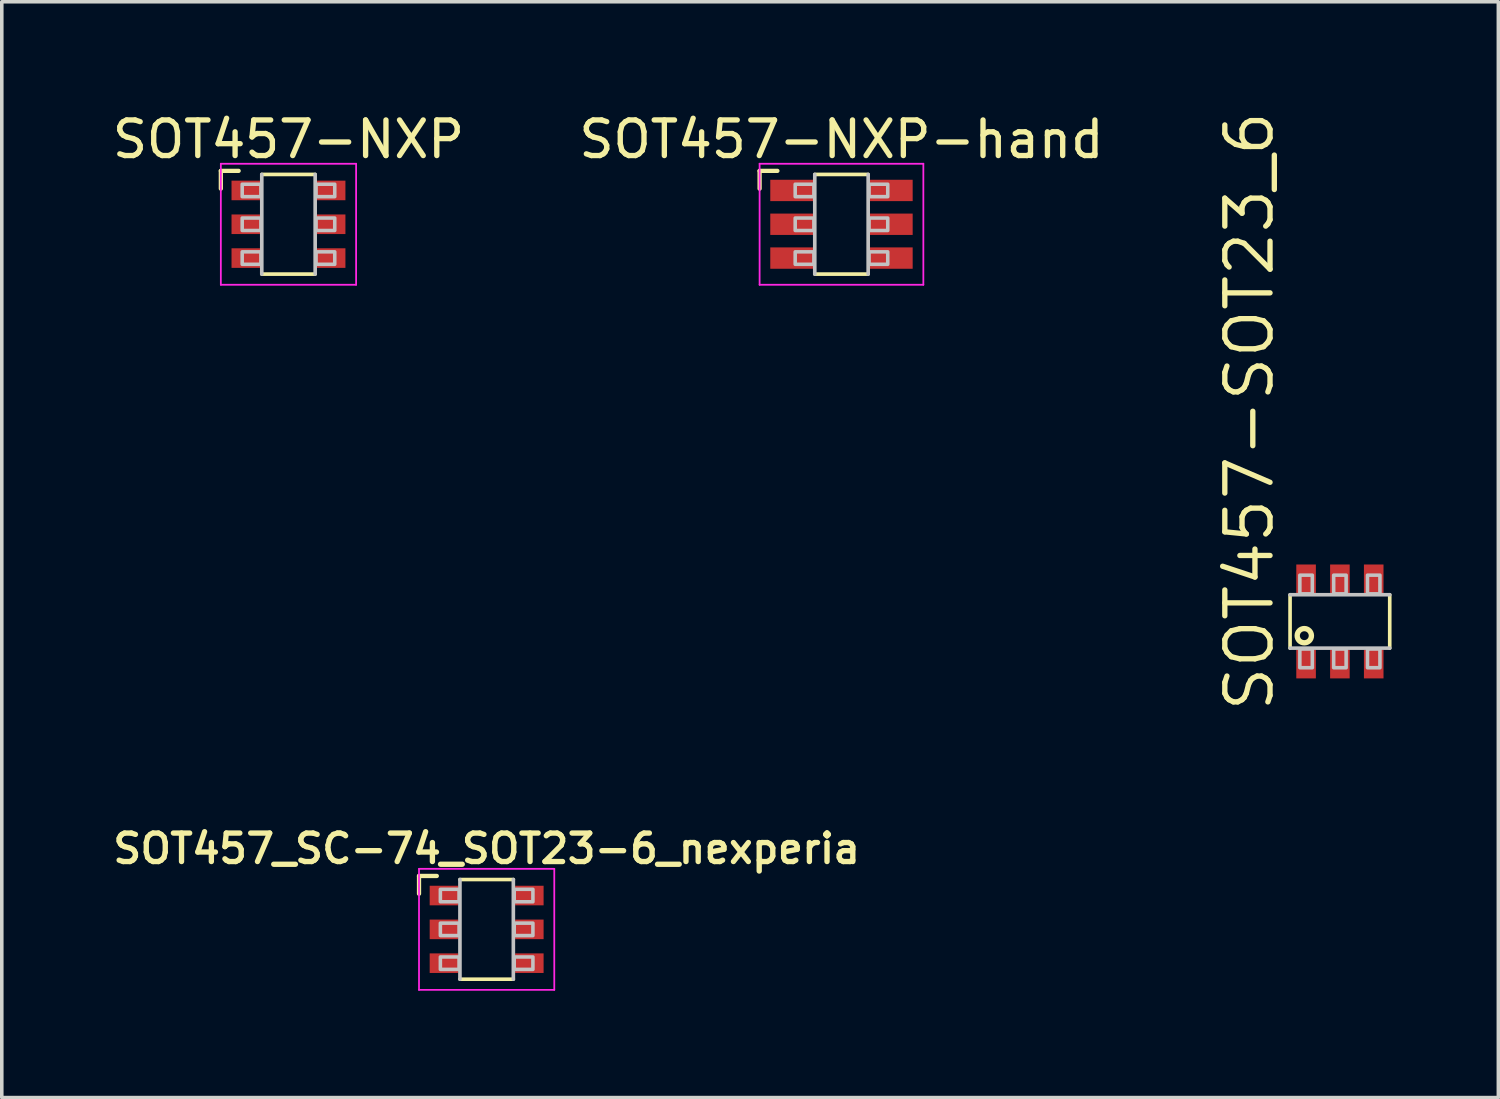
<source format=kicad_pcb>
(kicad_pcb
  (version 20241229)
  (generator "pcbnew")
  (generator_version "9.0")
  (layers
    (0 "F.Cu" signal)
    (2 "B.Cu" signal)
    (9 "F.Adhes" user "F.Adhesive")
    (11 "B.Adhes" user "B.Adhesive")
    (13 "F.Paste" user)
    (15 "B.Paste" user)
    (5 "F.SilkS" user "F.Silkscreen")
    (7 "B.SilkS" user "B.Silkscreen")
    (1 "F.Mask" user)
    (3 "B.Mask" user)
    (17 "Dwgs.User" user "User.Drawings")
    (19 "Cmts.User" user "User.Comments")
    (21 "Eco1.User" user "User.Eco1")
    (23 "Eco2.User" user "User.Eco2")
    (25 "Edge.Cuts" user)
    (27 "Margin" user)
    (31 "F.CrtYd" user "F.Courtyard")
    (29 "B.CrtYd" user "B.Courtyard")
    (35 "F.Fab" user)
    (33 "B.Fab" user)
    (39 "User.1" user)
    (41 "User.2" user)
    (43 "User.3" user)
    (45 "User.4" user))
  (footprint "SOT457-NXP-hand"
    (layer "F.Cu")
    (at 20.589 3.25)
    (property "Reference" "SOT457-NXP-hand" (at 0 -1.8 0) (layer "F.SilkS") (effects (font (size 1 1) (thickness 0.15)) (justify bottom)))
    (attr smd)
    (fp_line (start -2.3 -1.5) (end -2.3 -1) (stroke (width 0.12) (type solid)) (layer "F.SilkS"))
    (fp_line (start -2.3 -1.5) (end -1.8 -1.5) (stroke (width 0.12) (type solid)) (layer "F.SilkS"))
    (fp_line (start -0.75 -1.4) (end 0.75 -1.4) (stroke (width 0.102) (type solid)) (layer "F.SilkS"))
    (fp_line (start 0.75 1.4) (end -0.75 1.4) (stroke (width 0.102) (type solid)) (layer "F.SilkS"))
    (fp_line (start -0.75 1.4) (end -0.75 -1.4) (stroke (width 0.102) (type solid)) (layer "Dwgs.User"))
    (fp_line (start 0.75 -1.4) (end 0.75 1.4) (stroke (width 0.102) (type solid)) (layer "Dwgs.User"))
    (fp_poly (pts (xy -1.3 -1.125) (xy -1.3 -0.775) (xy -0.775 -0.775) (xy -0.775 -1.125)) (stroke (width 0.1) (type solid)) (fill no) (layer "Dwgs.User"))
    (fp_poly (pts (xy -1.3 -0.175) (xy -1.3 0.175) (xy -0.775 0.175) (xy -0.775 -0.175)) (stroke (width 0.1) (type solid)) (fill no) (layer "Dwgs.User"))
    (fp_poly (pts (xy -1.3 0.775) (xy -1.3 1.125) (xy -0.775 1.125) (xy -0.775 0.775)) (stroke (width 0.1) (type solid)) (fill no) (layer "Dwgs.User"))
    (fp_poly (pts (xy 0.775 -1.125) (xy 0.775 -0.775) (xy 1.3 -0.775) (xy 1.3 -1.125)) (stroke (width 0.1) (type solid)) (fill no) (layer "Dwgs.User"))
    (fp_poly (pts (xy 0.775 -0.175) (xy 0.775 0.175) (xy 1.3 0.175) (xy 1.3 -0.175)) (stroke (width 0.1) (type solid)) (fill no) (layer "Dwgs.User"))
    (fp_poly (pts (xy 0.775 0.775) (xy 0.775 1.125) (xy 1.3 1.125) (xy 1.3 0.775)) (stroke (width 0.1) (type solid)) (fill no) (layer "Dwgs.User"))
    (fp_line (start -2.3 -1.7) (end -2.3 1.7) (stroke (width 0.05) (type solid)) (layer "F.CrtYd"))
    (fp_line (start -2.3 1.7) (end 2.3 1.7) (stroke (width 0.05) (type solid)) (layer "F.CrtYd"))
    (fp_line (start 2.3 -1.7) (end -2.3 -1.7) (stroke (width 0.05) (type solid)) (layer "F.CrtYd"))
    (fp_line (start 2.3 1.7) (end 2.3 -1.7) (stroke (width 0.05) (type solid)) (layer "F.CrtYd"))
    (pad "1" smd rect (at -1.4 -0.95 270) (size 0.6 1.2) (layers "F.Cu" "F.Mask" "F.Paste"))
    (pad "2" smd rect (at -1.4 0 270) (size 0.6 1.2) (layers "F.Cu" "F.Mask" "F.Paste"))
    (pad "3" smd rect (at -1.4 0.95 270) (size 0.6 1.2) (layers "F.Cu" "F.Mask" "F.Paste"))
    (pad "4" smd rect (at 1.4 0.95 270) (size 0.6 1.2) (layers "F.Cu" "F.Mask" "F.Paste"))
    (pad "5" smd rect (at 1.4 0 270) (size 0.6 1.2) (layers "F.Cu" "F.Mask" "F.Paste"))
    (pad "6" smd rect (at 1.4 -0.95 270) (size 0.6 1.2) (layers "F.Cu" "F.Mask" "F.Paste")))
  (footprint "SOT457-SOT23_6"
    (layer "F.Cu")
    (at 34.591 14.408)
    (property "Reference" "SOT457-SOT23_6" (at -1.8 2.6 270) (layer "F.SilkS") (effects (font (size 1.27 1.27) (thickness 0.15)) (justify left bottom)))
    (attr through_hole)
    (fp_line (start -1.4 0.75) (end -1.4 -0.75) (stroke (width 0.102) (type solid)) (layer "F.SilkS"))
    (fp_line (start 1.4 -0.75) (end 1.4 0.75) (stroke (width 0.102) (type solid)) (layer "F.SilkS"))
    (fp_circle (center -1 0.4) (end -0.8 0.4) (stroke (width 0.15) (type solid)) (fill no) (layer "F.SilkS"))
    (fp_line (start -1.4 -0.75) (end 1.4 -0.75) (stroke (width 0.102) (type solid)) (layer "Dwgs.User"))
    (fp_line (start 1.4 0.75) (end -1.4 0.75) (stroke (width 0.102) (type solid)) (layer "Dwgs.User"))
    (fp_poly (pts (xy -1.125 -0.775) (xy -0.775 -0.775) (xy -0.775 -1.3) (xy -1.125 -1.3)) (stroke (width 0.1) (type solid)) (fill no) (layer "Dwgs.User"))
    (fp_poly (pts (xy -1.125 1.3) (xy -0.775 1.3) (xy -0.775 0.775) (xy -1.125 0.775)) (stroke (width 0.1) (type solid)) (fill no) (layer "Dwgs.User"))
    (fp_poly (pts (xy -0.175 -0.775) (xy 0.175 -0.775) (xy 0.175 -1.3) (xy -0.175 -1.3)) (stroke (width 0.1) (type solid)) (fill no) (layer "Dwgs.User"))
    (fp_poly (pts (xy -0.175 1.3) (xy 0.175 1.3) (xy 0.175 0.775) (xy -0.175 0.775)) (stroke (width 0.1) (type solid)) (fill no) (layer "Dwgs.User"))
    (fp_poly (pts (xy 0.775 -0.775) (xy 1.125 -0.775) (xy 1.125 -1.3) (xy 0.775 -1.3)) (stroke (width 0.1) (type solid)) (fill no) (layer "Dwgs.User"))
    (fp_poly (pts (xy 0.775 1.3) (xy 1.125 1.3) (xy 1.125 0.775) (xy 0.775 0.775)) (stroke (width 0.1) (type solid)) (fill no) (layer "Dwgs.User"))
    (pad "1" smd rect (at -0.95 1.2) (size 0.55 0.8) (layers "F.Cu" "F.Mask" "F.Paste"))
    (pad "2" smd rect (at 0 1.2) (size 0.55 0.8) (layers "F.Cu" "F.Mask" "F.Paste"))
    (pad "3" smd rect (at 0.95 1.2) (size 0.55 0.8) (layers "F.Cu" "F.Mask" "F.Paste"))
    (pad "4" smd rect (at 0.95 -1.2) (size 0.55 0.8) (layers "F.Cu" "F.Mask" "F.Paste"))
    (pad "5" smd rect (at 0 -1.2) (size 0.55 0.8) (layers "F.Cu" "F.Mask" "F.Paste"))
    (pad "6" smd rect (at -0.95 -1.2) (size 0.55 0.8) (layers "F.Cu" "F.Mask" "F.Paste")))
  (footprint "SOT457-NXP"
    (layer "F.Cu")
    (at 5.054 3.25)
    (property "Reference" "SOT457-NXP" (at 0 -1.8 0) (layer "F.SilkS") (effects (font (size 1 1) (thickness 0.15)) (justify bottom)))
    (attr smd)
    (fp_line (start -1.9 -1.5) (end -1.9 -1) (stroke (width 0.12) (type solid)) (layer "F.SilkS"))
    (fp_line (start -1.9 -1.5) (end -1.4 -1.5) (stroke (width 0.12) (type solid)) (layer "F.SilkS"))
    (fp_line (start -0.75 -1.4) (end 0.75 -1.4) (stroke (width 0.102) (type solid)) (layer "F.SilkS"))
    (fp_line (start 0.75 1.4) (end -0.75 1.4) (stroke (width 0.102) (type solid)) (layer "F.SilkS"))
    (fp_line (start -0.75 1.4) (end -0.75 -1.4) (stroke (width 0.102) (type solid)) (layer "Dwgs.User"))
    (fp_line (start 0.75 -1.4) (end 0.75 1.4) (stroke (width 0.102) (type solid)) (layer "Dwgs.User"))
    (fp_poly (pts (xy -1.3 -1.125) (xy -1.3 -0.775) (xy -0.775 -0.775) (xy -0.775 -1.125)) (stroke (width 0.1) (type solid)) (fill no) (layer "Dwgs.User"))
    (fp_poly (pts (xy -1.3 -0.175) (xy -1.3 0.175) (xy -0.775 0.175) (xy -0.775 -0.175)) (stroke (width 0.1) (type solid)) (fill no) (layer "Dwgs.User"))
    (fp_poly (pts (xy -1.3 0.775) (xy -1.3 1.125) (xy -0.775 1.125) (xy -0.775 0.775)) (stroke (width 0.1) (type solid)) (fill no) (layer "Dwgs.User"))
    (fp_poly (pts (xy 0.775 -1.125) (xy 0.775 -0.775) (xy 1.3 -0.775) (xy 1.3 -1.125)) (stroke (width 0.1) (type solid)) (fill no) (layer "Dwgs.User"))
    (fp_poly (pts (xy 0.775 -0.175) (xy 0.775 0.175) (xy 1.3 0.175) (xy 1.3 -0.175)) (stroke (width 0.1) (type solid)) (fill no) (layer "Dwgs.User"))
    (fp_poly (pts (xy 0.775 0.775) (xy 0.775 1.125) (xy 1.3 1.125) (xy 1.3 0.775)) (stroke (width 0.1) (type solid)) (fill no) (layer "Dwgs.User"))
    (fp_line (start -1.9 -1.7) (end -1.9 1.7) (stroke (width 0.05) (type solid)) (layer "F.CrtYd"))
    (fp_line (start -1.9 1.7) (end 1.9 1.7) (stroke (width 0.05) (type solid)) (layer "F.CrtYd"))
    (fp_line (start 1.9 -1.7) (end -1.9 -1.7) (stroke (width 0.05) (type solid)) (layer "F.CrtYd"))
    (fp_line (start 1.9 1.7) (end 1.9 -1.7) (stroke (width 0.05) (type solid)) (layer "F.CrtYd"))
    (pad "1" smd rect (at -1.2 -0.95 270) (size 0.55 0.8) (layers "F.Cu" "F.Mask" "F.Paste"))
    (pad "2" smd rect (at -1.2 0 270) (size 0.55 0.8) (layers "F.Cu" "F.Mask" "F.Paste"))
    (pad "3" smd rect (at -1.2 0.95 270) (size 0.55 0.8) (layers "F.Cu" "F.Mask" "F.Paste"))
    (pad "4" smd rect (at 1.2 0.95 270) (size 0.55 0.8) (layers "F.Cu" "F.Mask" "F.Paste"))
    (pad "5" smd rect (at 1.2 0 270) (size 0.55 0.8) (layers "F.Cu" "F.Mask" "F.Paste"))
    (pad "6" smd rect (at 1.2 -0.95 270) (size 0.55 0.8) (layers "F.Cu" "F.Mask" "F.Paste")))
  (footprint "SOT457_SC-74_SOT23-6_nexperia"
    (layer "F.Cu")
    (at 10.621 23.058)
    (property "Reference" "SOT457_SC-74_SOT23-6_nexperia" (at 0 -1.8 0) (layer "F.SilkS") (effects (font (size 0.8 0.8) (thickness 0.15)) (justify bottom)))
    (attr smd)
    (fp_line (start -1.9 -1.5) (end -1.9 -1) (stroke (width 0.12) (type solid)) (layer "F.SilkS"))
    (fp_line (start -1.9 -1.5) (end -1.4 -1.5) (stroke (width 0.12) (type solid)) (layer "F.SilkS"))
    (fp_line (start -0.75 -1.4) (end 0.75 -1.4) (stroke (width 0.102) (type solid)) (layer "F.SilkS"))
    (fp_line (start 0.75 1.4) (end -0.75 1.4) (stroke (width 0.102) (type solid)) (layer "F.SilkS"))
    (fp_line (start -0.75 1.4) (end -0.75 -1.4) (stroke (width 0.102) (type solid)) (layer "Dwgs.User"))
    (fp_line (start 0.75 -1.4) (end 0.75 1.4) (stroke (width 0.102) (type solid)) (layer "Dwgs.User"))
    (fp_poly (pts (xy -1.3 -1.125) (xy -1.3 -0.775) (xy -0.775 -0.775) (xy -0.775 -1.125)) (stroke (width 0.1) (type solid)) (fill no) (layer "Dwgs.User"))
    (fp_poly (pts (xy -1.3 -0.175) (xy -1.3 0.175) (xy -0.775 0.175) (xy -0.775 -0.175)) (stroke (width 0.1) (type solid)) (fill no) (layer "Dwgs.User"))
    (fp_poly (pts (xy -1.3 0.775) (xy -1.3 1.125) (xy -0.775 1.125) (xy -0.775 0.775)) (stroke (width 0.1) (type solid)) (fill no) (layer "Dwgs.User"))
    (fp_poly (pts (xy 0.775 -1.125) (xy 0.775 -0.775) (xy 1.3 -0.775) (xy 1.3 -1.125)) (stroke (width 0.1) (type solid)) (fill no) (layer "Dwgs.User"))
    (fp_poly (pts (xy 0.775 -0.175) (xy 0.775 0.175) (xy 1.3 0.175) (xy 1.3 -0.175)) (stroke (width 0.1) (type solid)) (fill no) (layer "Dwgs.User"))
    (fp_poly (pts (xy 0.775 0.775) (xy 0.775 1.125) (xy 1.3 1.125) (xy 1.3 0.775)) (stroke (width 0.1) (type solid)) (fill no) (layer "Dwgs.User"))
    (fp_line (start -1.9 -1.7) (end -1.9 1.7) (stroke (width 0.05) (type solid)) (layer "F.CrtYd"))
    (fp_line (start -1.9 1.7) (end 1.9 1.7) (stroke (width 0.05) (type solid)) (layer "F.CrtYd"))
    (fp_line (start 1.9 -1.7) (end -1.9 -1.7) (stroke (width 0.05) (type solid)) (layer "F.CrtYd"))
    (fp_line (start 1.9 1.7) (end 1.9 -1.7) (stroke (width 0.05) (type solid)) (layer "F.CrtYd"))
    (pad "1" smd rect (at -1.2 -0.95 270) (size 0.55 0.8) (layers "F.Cu" "F.Mask" "F.Paste"))
    (pad "2" smd rect (at -1.2 0 270) (size 0.55 0.8) (layers "F.Cu" "F.Mask" "F.Paste"))
    (pad "3" smd rect (at -1.2 0.95 270) (size 0.55 0.8) (layers "F.Cu" "F.Mask" "F.Paste"))
    (pad "4" smd rect (at 1.2 0.95 270) (size 0.55 0.8) (layers "F.Cu" "F.Mask" "F.Paste"))
    (pad "5" smd rect (at 1.2 0 270) (size 0.55 0.8) (layers "F.Cu" "F.Mask" "F.Paste"))
    (pad "6" smd rect (at 1.2 -0.95 270) (size 0.55 0.8) (layers "F.Cu" "F.Mask" "F.Paste")))
  (gr_rect
    (start -3 -3)
    (end 39.042 27.783)
    (stroke (width 0.1) (type default))
    (fill no)
    (layer "Edge.Cuts")))
</source>
